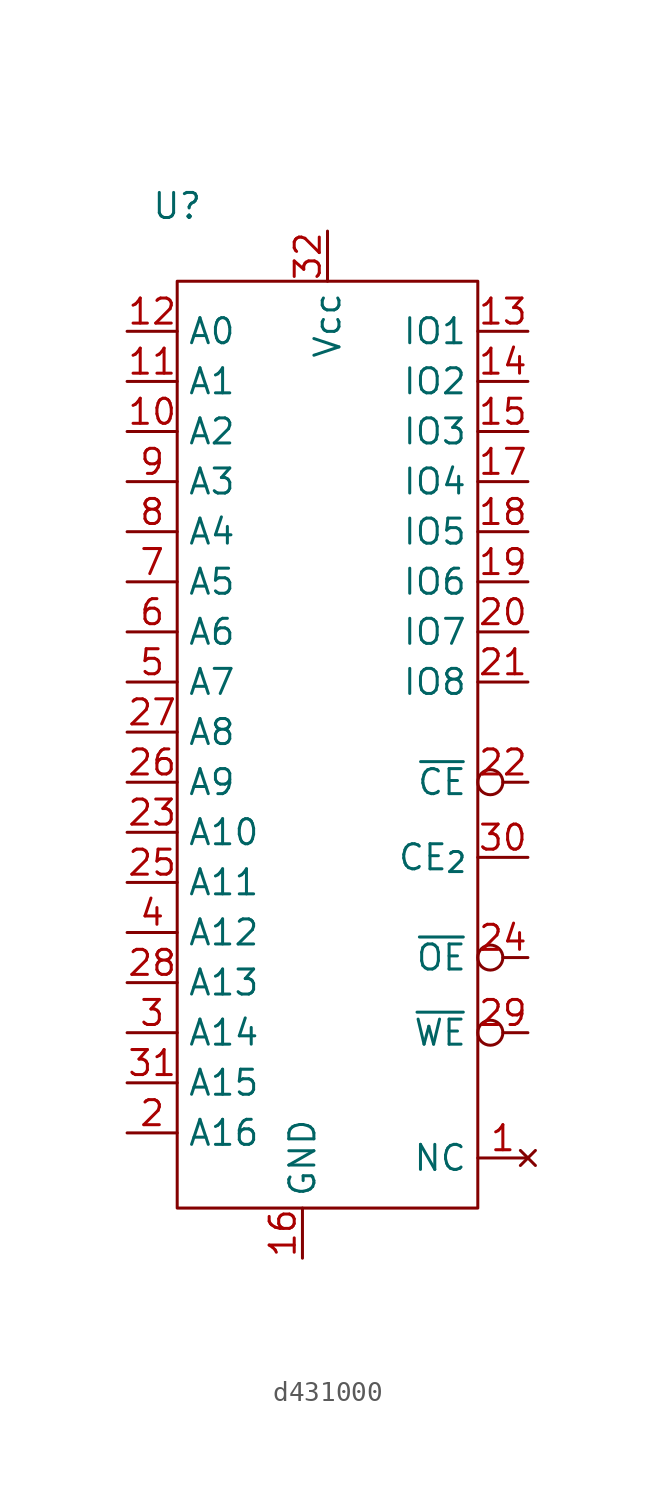
<source format=kicad_sym>
(kicad_symbol_lib
  (version 20220914)
  (generator kicad_symbol_editor)
  (symbol "d431000"
    (property "Reference" "U"
      (at 0 0 0)
      (effects (font (size 1.27 1.27))))
    (property "Value" ""
      (at 0 0 0)
      (effects (font (size 1.27 1.27))))
    (symbol "d431000_0_0"
      (pin no_connect line (at 17.78 -48.26 180) (length 2.54) (name "NC" (effects (font (size 1.27 1.27)))) (number "1" (effects (font (size 1.27 1.27)))))
      (pin input line (at -2.54 -11.43 0) (length 2.54) (name "A2" (effects (font (size 1.27 1.27)))) (number "10" (effects (font (size 1.27 1.27)))))
      (pin input line (at -2.54 -8.89 0) (length 2.54) (name "A1" (effects (font (size 1.27 1.27)))) (number "11" (effects (font (size 1.27 1.27)))))
      (pin input line (at -2.54 -6.35 0) (length 2.54) (name "A0" (effects (font (size 1.27 1.27)))) (number "12" (effects (font (size 1.27 1.27)))))
      (pin bidirectional line (at 17.78 -6.35 180) (length 2.54) (name "IO1" (effects (font (size 1.27 1.27)))) (number "13" (effects (font (size 1.27 1.27)))))
      (pin bidirectional line (at 17.78 -8.89 180) (length 2.54) (name "IO2" (effects (font (size 1.27 1.27)))) (number "14" (effects (font (size 1.27 1.27)))))
      (pin bidirectional line (at 17.78 -11.43 180) (length 2.54) (name "IO3" (effects (font (size 1.27 1.27)))) (number "15" (effects (font (size 1.27 1.27)))))
      (pin power_in line (at 6.35 -53.34 90) (length 2.54) (name "GND" (effects (font (size 1.27 1.27)))) (number "16" (effects (font (size 1.27 1.27)))))
      (pin bidirectional line (at 17.78 -13.97 180) (length 2.54) (name "IO4" (effects (font (size 1.27 1.27)))) (number "17" (effects (font (size 1.27 1.27)))))
      (pin bidirectional line (at 17.78 -16.51 180) (length 2.54) (name "IO5" (effects (font (size 1.27 1.27)))) (number "18" (effects (font (size 1.27 1.27)))))
      (pin bidirectional line (at 17.78 -19.05 180) (length 2.54) (name "IO6" (effects (font (size 1.27 1.27)))) (number "19" (effects (font (size 1.27 1.27)))))
      (pin input line (at -2.54 -46.99 0) (length 2.54) (name "A16" (effects (font (size 1.27 1.27)))) (number "2" (effects (font (size 1.27 1.27)))))
      (pin bidirectional line (at 17.78 -21.59 180) (length 2.54) (name "IO7" (effects (font (size 1.27 1.27)))) (number "20" (effects (font (size 1.27 1.27)))))
      (pin bidirectional line (at 17.78 -24.13 180) (length 2.54) (name "IO8" (effects (font (size 1.27 1.27)))) (number "21" (effects (font (size 1.27 1.27)))))
      (pin input inverted (at 17.78 -29.21 180) (length 2.54) (name "~{CE}" (effects (font (size 1.27 1.27)))) (number "22" (effects (font (size 1.27 1.27)))))
      (pin input line (at -2.54 -31.75 0) (length 2.54) (name "A10" (effects (font (size 1.27 1.27)))) (number "23" (effects (font (size 1.27 1.27)))))
      (pin input inverted (at 17.78 -38.1 180) (length 2.54) (name "~{OE}" (effects (font (size 1.27 1.27)))) (number "24" (effects (font (size 1.27 1.27)))))
      (pin input line (at -2.54 -34.29 0) (length 2.54) (name "A11" (effects (font (size 1.27 1.27)))) (number "25" (effects (font (size 1.27 1.27)))))
      (pin input line (at -2.54 -29.21 0) (length 2.54) (name "A9" (effects (font (size 1.27 1.27)))) (number "26" (effects (font (size 1.27 1.27)))))
      (pin input line (at -2.54 -26.67 0) (length 2.54) (name "A8" (effects (font (size 1.27 1.27)))) (number "27" (effects (font (size 1.27 1.27)))))
      (pin input line (at -2.54 -39.37 0) (length 2.54) (name "A13" (effects (font (size 1.27 1.27)))) (number "28" (effects (font (size 1.27 1.27)))))
      (pin input inverted (at 17.78 -41.91 180) (length 2.54) (name "~{WE}" (effects (font (size 1.27 1.27)))) (number "29" (effects (font (size 1.27 1.27)))))
      (pin input line (at -2.54 -41.91 0) (length 2.54) (name "A14" (effects (font (size 1.27 1.27)))) (number "3" (effects (font (size 1.27 1.27)))))
      (pin input line (at 17.78 -33.02 180) (length 2.54) (name "CE_{2}" (effects (font (size 1.27 1.27)))) (number "30" (effects (font (size 1.27 1.27)))))
      (pin input line (at -2.54 -44.45 0) (length 2.54) (name "A15" (effects (font (size 1.27 1.27)))) (number "31" (effects (font (size 1.27 1.27)))))
      (pin power_in line (at 7.62 -1.27 270) (length 2.54) (name "Vcc" (effects (font (size 1.27 1.27)))) (number "32" (effects (font (size 1.27 1.27)))))
      (pin input line (at -2.54 -36.83 0) (length 2.54) (name "A12" (effects (font (size 1.27 1.27)))) (number "4" (effects (font (size 1.27 1.27)))))
      (pin input line (at -2.54 -24.13 0) (length 2.54) (name "A7" (effects (font (size 1.27 1.27)))) (number "5" (effects (font (size 1.27 1.27)))))
      (pin input line (at -2.54 -21.59 0) (length 2.54) (name "A6" (effects (font (size 1.27 1.27)))) (number "6" (effects (font (size 1.27 1.27)))))
      (pin input line (at -2.54 -19.05 0) (length 2.54) (name "A5" (effects (font (size 1.27 1.27)))) (number "7" (effects (font (size 1.27 1.27)))))
      (pin input line (at -2.54 -16.51 0) (length 2.54) (name "A4" (effects (font (size 1.27 1.27)))) (number "8" (effects (font (size 1.27 1.27)))))
      (pin input line (at -2.54 -13.97 0) (length 2.54) (name "A3" (effects (font (size 1.27 1.27)))) (number "9" (effects (font (size 1.27 1.27))))))
    (symbol "d431000_0_1"
      (rectangle (start 0 -3.81) (end 15.24 -50.8) (stroke (width 0) (type default)) (fill (type none))))))
</source>
